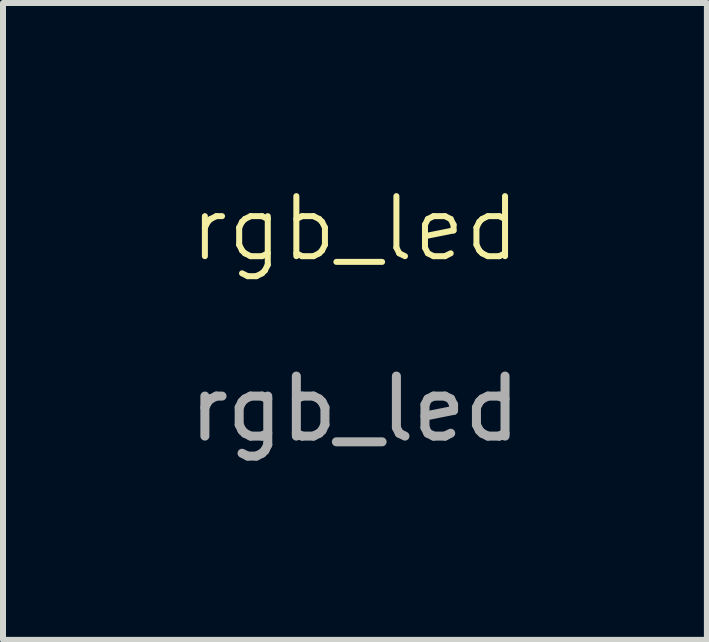
<source format=kicad_pcb>
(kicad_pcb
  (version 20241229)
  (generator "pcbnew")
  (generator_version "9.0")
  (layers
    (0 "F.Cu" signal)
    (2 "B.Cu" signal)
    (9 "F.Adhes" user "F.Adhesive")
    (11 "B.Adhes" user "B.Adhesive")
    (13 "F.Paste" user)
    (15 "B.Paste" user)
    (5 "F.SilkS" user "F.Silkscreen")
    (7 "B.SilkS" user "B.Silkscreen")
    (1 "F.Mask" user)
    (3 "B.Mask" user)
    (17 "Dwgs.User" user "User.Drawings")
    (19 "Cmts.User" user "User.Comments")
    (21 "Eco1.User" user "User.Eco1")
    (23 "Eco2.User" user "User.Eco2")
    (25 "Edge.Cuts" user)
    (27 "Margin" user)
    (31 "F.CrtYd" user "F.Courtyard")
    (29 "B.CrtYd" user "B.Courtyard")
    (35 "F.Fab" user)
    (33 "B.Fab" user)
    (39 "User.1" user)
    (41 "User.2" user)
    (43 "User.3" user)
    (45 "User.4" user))
  (footprint "rgb_led"
    (layer "F.Cu")
    (at 2.863 1.26)
    (property "Reference" "rgb_led" (at 0 -0.5 0) (unlocked yes) (layer "F.SilkS") (effects (font (size 1 1) (thickness 0.1))))
    (attr smd)
    (fp_text user "${REFERENCE}" (at 0 2.5 0) (unlocked yes) (layer "F.Fab") (effects (font (size 1 1) (thickness 0.15)))))
  (gr_rect
    (start -3 -3)
    (end 8.726 7.609)
    (stroke (width 0.1) (type default))
    (fill no)
    (layer "Edge.Cuts")))
</source>
